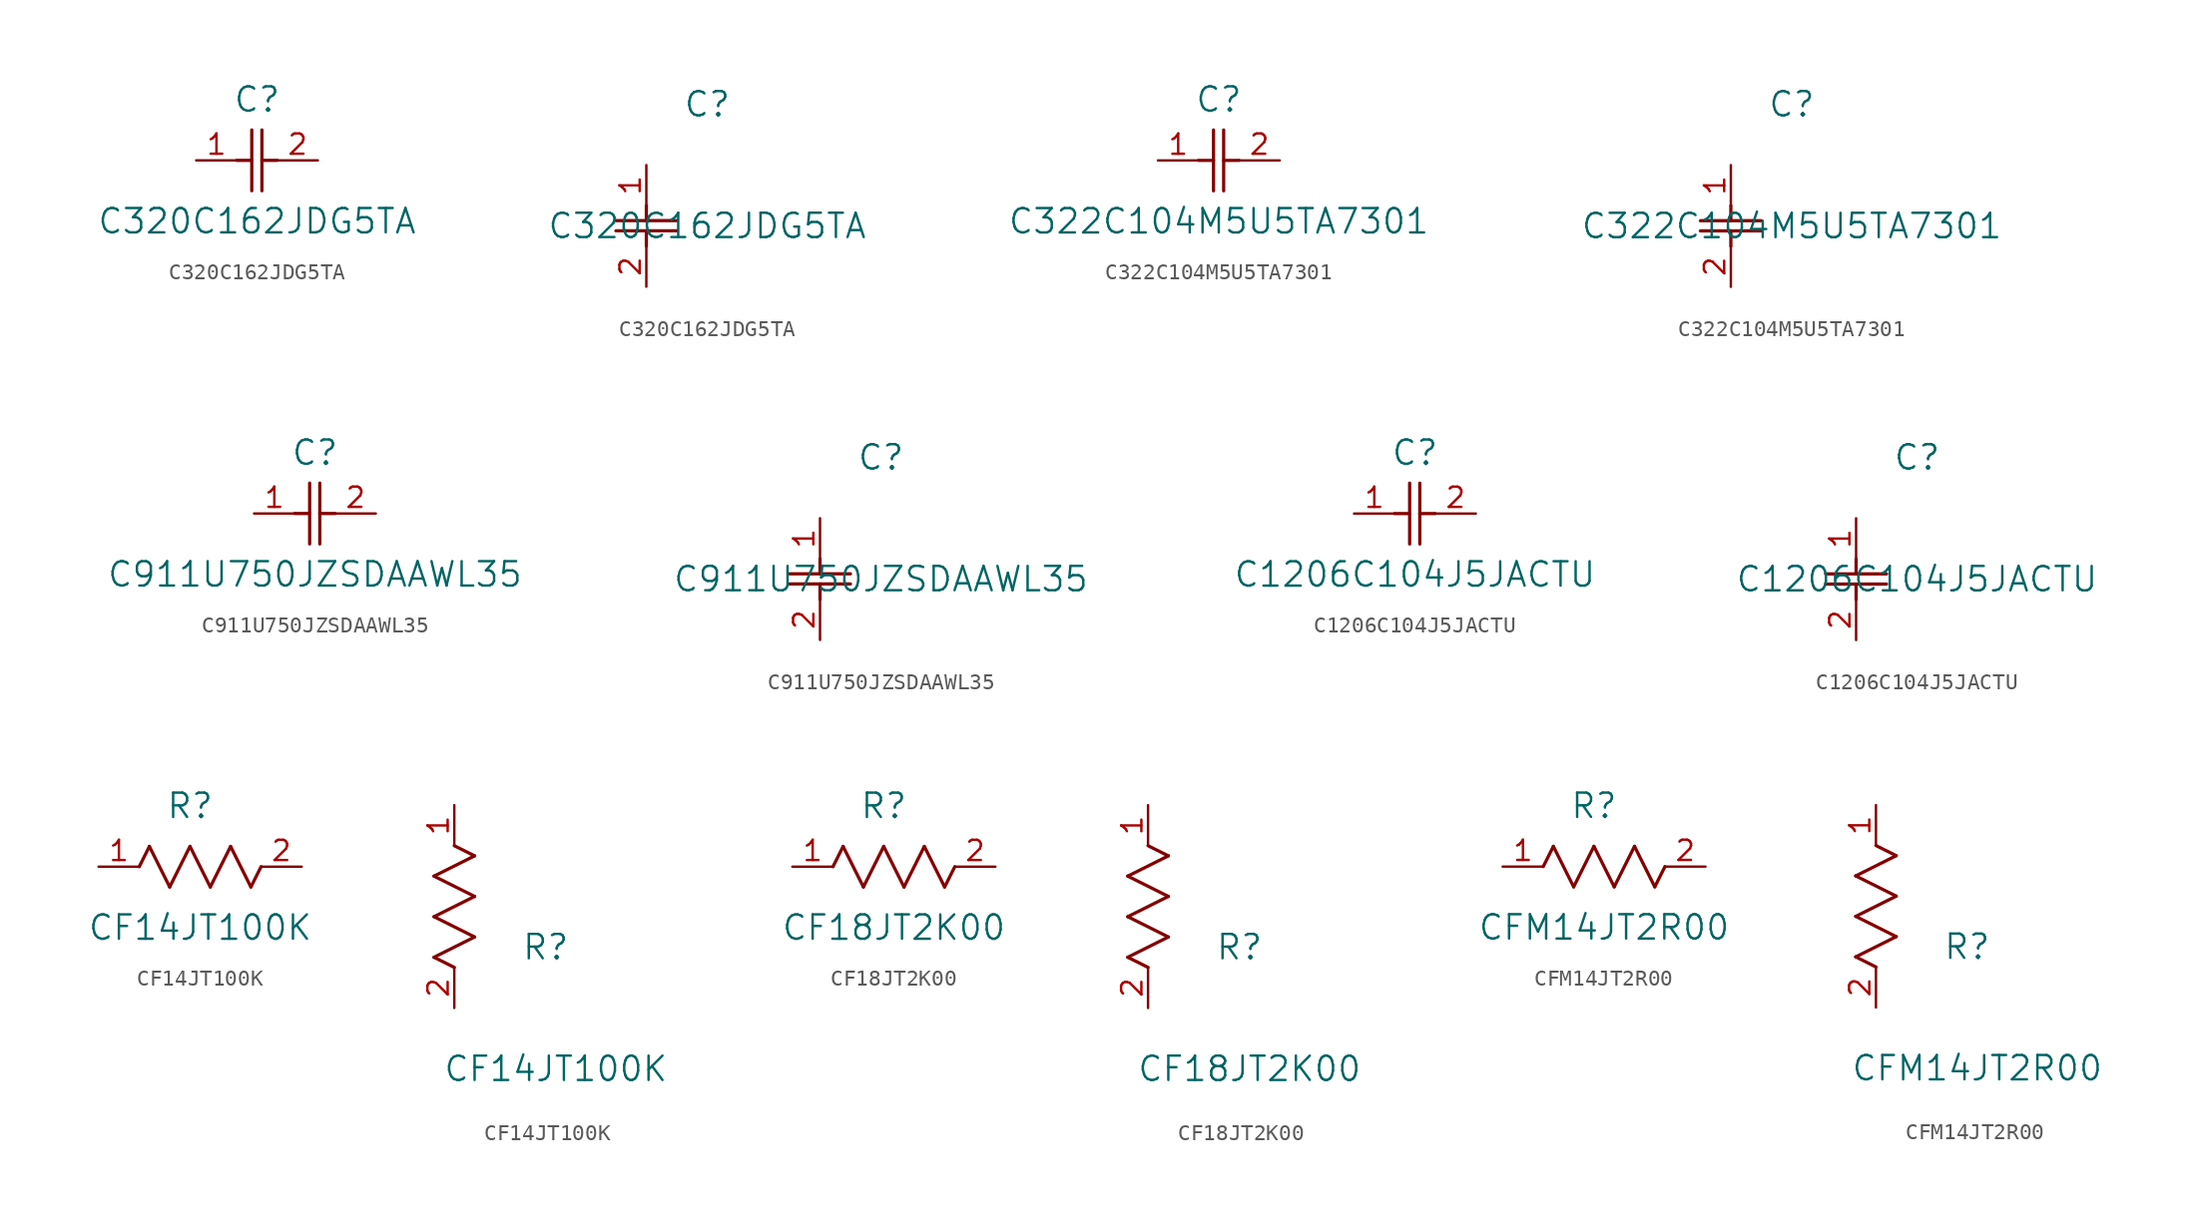
<source format=kicad_sym>
(kicad_symbol_lib
  (version 20211014)
  (generator kicad_symbol_editor)
  (symbol "C320C162JDG5TA"
    (pin_names
      (offset 0.254))
    (property "Reference" "C"
      (at 3.81 3.81 0)
      (effects (font (size 1.524 1.524))))
    (property "Value" "C320C162JDG5TA"
      (at 3.81 -3.81 0)
      (effects (font (size 1.524 1.524))))
    (symbol "C320C162JDG5TA_1_1"
      (polyline (pts (xy 3.48 -1.905) (xy 3.48 1.905)) (stroke (width 0.203) (type default) (color 0 0 0 0)) (fill (type none)))
      (polyline (pts (xy 4.115 -1.905) (xy 4.115 1.905)) (stroke (width 0.203) (type default) (color 0 0 0 0)) (fill (type none)))
      (polyline (pts (xy 4.115 0) (xy 5.08 0)) (stroke (width 0.203) (type default) (color 0 0 0 0)) (fill (type none)))
      (polyline (pts (xy 2.54 0) (xy 3.48 0)) (stroke (width 0.203) (type default) (color 0 0 0 0)) (fill (type none)))
      (pin unspecified line (at 0 0 0) (length 2.54) (name "" (effects (font (size 1.27 1.27)))) (number "1" (effects (font (size 1.27 1.27)))))
      (pin unspecified line (at 7.62 0 180) (length 2.54) (name "" (effects (font (size 1.27 1.27)))) (number "2" (effects (font (size 1.27 1.27))))))
    (symbol "C320C162JDG5TA_1_2"
      (polyline (pts (xy -1.905 -3.48) (xy 1.905 -3.48)) (stroke (width 0.203) (type default) (color 0 0 0 0)) (fill (type none)))
      (polyline (pts (xy -1.905 -4.115) (xy 1.905 -4.115)) (stroke (width 0.203) (type default) (color 0 0 0 0)) (fill (type none)))
      (polyline (pts (xy 0 -4.115) (xy 0 -5.08)) (stroke (width 0.203) (type default) (color 0 0 0 0)) (fill (type none)))
      (polyline (pts (xy 0 -2.54) (xy 0 -3.48)) (stroke (width 0.203) (type default) (color 0 0 0 0)) (fill (type none)))
      (pin unspecified line (at 0 0 270) (length 2.54) (name "" (effects (font (size 1.27 1.27)))) (number "1" (effects (font (size 1.27 1.27)))))
      (pin unspecified line (at 0 -7.62 90) (length 2.54) (name "" (effects (font (size 1.27 1.27)))) (number "2" (effects (font (size 1.27 1.27)))))))
  (symbol "C322C104M5U5TA7301"
    (pin_names
      (offset 0.254))
    (property "Reference" "C"
      (at 3.81 3.81 0)
      (effects (font (size 1.524 1.524))))
    (property "Value" "C322C104M5U5TA7301"
      (at 3.81 -3.81 0)
      (effects (font (size 1.524 1.524))))
    (symbol "C322C104M5U5TA7301_1_1"
      (polyline (pts (xy 3.48 -1.905) (xy 3.48 1.905)) (stroke (width 0.203) (type default) (color 0 0 0 0)) (fill (type none)))
      (polyline (pts (xy 4.115 -1.905) (xy 4.115 1.905)) (stroke (width 0.203) (type default) (color 0 0 0 0)) (fill (type none)))
      (polyline (pts (xy 4.115 0) (xy 5.08 0)) (stroke (width 0.203) (type default) (color 0 0 0 0)) (fill (type none)))
      (polyline (pts (xy 2.54 0) (xy 3.48 0)) (stroke (width 0.203) (type default) (color 0 0 0 0)) (fill (type none)))
      (pin unspecified line (at 0 0 0) (length 2.54) (name "" (effects (font (size 1.27 1.27)))) (number "1" (effects (font (size 1.27 1.27)))))
      (pin unspecified line (at 7.62 0 180) (length 2.54) (name "" (effects (font (size 1.27 1.27)))) (number "2" (effects (font (size 1.27 1.27))))))
    (symbol "C322C104M5U5TA7301_1_2"
      (polyline (pts (xy -1.905 -3.48) (xy 1.905 -3.48)) (stroke (width 0.203) (type default) (color 0 0 0 0)) (fill (type none)))
      (polyline (pts (xy -1.905 -4.115) (xy 1.905 -4.115)) (stroke (width 0.203) (type default) (color 0 0 0 0)) (fill (type none)))
      (polyline (pts (xy 0 -4.115) (xy 0 -5.08)) (stroke (width 0.203) (type default) (color 0 0 0 0)) (fill (type none)))
      (polyline (pts (xy 0 -2.54) (xy 0 -3.48)) (stroke (width 0.203) (type default) (color 0 0 0 0)) (fill (type none)))
      (pin unspecified line (at 0 0 270) (length 2.54) (name "" (effects (font (size 1.27 1.27)))) (number "1" (effects (font (size 1.27 1.27)))))
      (pin unspecified line (at 0 -7.62 90) (length 2.54) (name "" (effects (font (size 1.27 1.27)))) (number "2" (effects (font (size 1.27 1.27)))))))
  (symbol "C911U750JZSDAAWL35"
    (pin_names
      (offset 0.254))
    (property "Reference" "C"
      (at 3.81 3.81 0)
      (effects (font (size 1.524 1.524))))
    (property "Value" "C911U750JZSDAAWL35"
      (at 3.81 -3.81 0)
      (effects (font (size 1.524 1.524))))
    (symbol "C911U750JZSDAAWL35_1_1"
      (polyline (pts (xy 3.48 -1.905) (xy 3.48 1.905)) (stroke (width 0.203) (type default) (color 0 0 0 0)) (fill (type none)))
      (polyline (pts (xy 4.115 -1.905) (xy 4.115 1.905)) (stroke (width 0.203) (type default) (color 0 0 0 0)) (fill (type none)))
      (polyline (pts (xy 4.115 0) (xy 5.08 0)) (stroke (width 0.203) (type default) (color 0 0 0 0)) (fill (type none)))
      (polyline (pts (xy 2.54 0) (xy 3.48 0)) (stroke (width 0.203) (type default) (color 0 0 0 0)) (fill (type none)))
      (pin unspecified line (at 0 0 0) (length 2.54) (name "" (effects (font (size 1.27 1.27)))) (number "1" (effects (font (size 1.27 1.27)))))
      (pin unspecified line (at 7.62 0 180) (length 2.54) (name "" (effects (font (size 1.27 1.27)))) (number "2" (effects (font (size 1.27 1.27))))))
    (symbol "C911U750JZSDAAWL35_1_2"
      (polyline (pts (xy -1.905 -3.48) (xy 1.905 -3.48)) (stroke (width 0.203) (type default) (color 0 0 0 0)) (fill (type none)))
      (polyline (pts (xy -1.905 -4.115) (xy 1.905 -4.115)) (stroke (width 0.203) (type default) (color 0 0 0 0)) (fill (type none)))
      (polyline (pts (xy 0 -4.115) (xy 0 -5.08)) (stroke (width 0.203) (type default) (color 0 0 0 0)) (fill (type none)))
      (polyline (pts (xy 0 -2.54) (xy 0 -3.48)) (stroke (width 0.203) (type default) (color 0 0 0 0)) (fill (type none)))
      (pin unspecified line (at 0 0 270) (length 2.54) (name "" (effects (font (size 1.27 1.27)))) (number "1" (effects (font (size 1.27 1.27)))))
      (pin unspecified line (at 0 -7.62 90) (length 2.54) (name "" (effects (font (size 1.27 1.27)))) (number "2" (effects (font (size 1.27 1.27)))))))
  (symbol "C1206C104J5JACTU"
    (pin_names
      (offset 0.254))
    (property "Reference" "C"
      (at 3.81 3.81 0)
      (effects (font (size 1.524 1.524))))
    (property "Value" "C1206C104J5JACTU"
      (at 3.81 -3.81 0)
      (effects (font (size 1.524 1.524))))
    (symbol "C1206C104J5JACTU_1_1"
      (polyline (pts (xy 3.48 -1.905) (xy 3.48 1.905)) (stroke (width 0.203) (type default) (color 0 0 0 0)) (fill (type none)))
      (polyline (pts (xy 4.115 -1.905) (xy 4.115 1.905)) (stroke (width 0.203) (type default) (color 0 0 0 0)) (fill (type none)))
      (polyline (pts (xy 4.115 0) (xy 5.08 0)) (stroke (width 0.203) (type default) (color 0 0 0 0)) (fill (type none)))
      (polyline (pts (xy 2.54 0) (xy 3.48 0)) (stroke (width 0.203) (type default) (color 0 0 0 0)) (fill (type none)))
      (pin unspecified line (at 0 0 0) (length 2.54) (name "" (effects (font (size 1.27 1.27)))) (number "1" (effects (font (size 1.27 1.27)))))
      (pin unspecified line (at 7.62 0 180) (length 2.54) (name "" (effects (font (size 1.27 1.27)))) (number "2" (effects (font (size 1.27 1.27))))))
    (symbol "C1206C104J5JACTU_1_2"
      (polyline (pts (xy -1.905 -3.48) (xy 1.905 -3.48)) (stroke (width 0.203) (type default) (color 0 0 0 0)) (fill (type none)))
      (polyline (pts (xy -1.905 -4.115) (xy 1.905 -4.115)) (stroke (width 0.203) (type default) (color 0 0 0 0)) (fill (type none)))
      (polyline (pts (xy 0 -4.115) (xy 0 -5.08)) (stroke (width 0.203) (type default) (color 0 0 0 0)) (fill (type none)))
      (polyline (pts (xy 0 -2.54) (xy 0 -3.48)) (stroke (width 0.203) (type default) (color 0 0 0 0)) (fill (type none)))
      (pin unspecified line (at 0 0 270) (length 2.54) (name "" (effects (font (size 1.27 1.27)))) (number "1" (effects (font (size 1.27 1.27)))))
      (pin unspecified line (at 0 -7.62 90) (length 2.54) (name "" (effects (font (size 1.27 1.27)))) (number "2" (effects (font (size 1.27 1.27)))))))
  (symbol "CF14JT100K"
    (pin_names
      (offset 0.254))
    (property "Reference" "R"
      (at 5.715 3.81 0)
      (effects (font (size 1.524 1.524))))
    (property "Value" "CF14JT100K"
      (at 6.35 -3.81 0)
      (effects (font (size 1.524 1.524))))
    (symbol "CF14JT100K_1_1"
      (polyline (pts (xy 3.175 1.27) (xy 4.445 -1.27)) (stroke (width 0.203) (type default) (color 0 0 0 0)) (fill (type none)))
      (polyline (pts (xy 4.445 -1.27) (xy 5.715 1.27)) (stroke (width 0.203) (type default) (color 0 0 0 0)) (fill (type none)))
      (polyline (pts (xy 5.715 1.27) (xy 6.985 -1.27)) (stroke (width 0.203) (type default) (color 0 0 0 0)) (fill (type none)))
      (polyline (pts (xy 6.985 -1.27) (xy 8.255 1.27)) (stroke (width 0.203) (type default) (color 0 0 0 0)) (fill (type none)))
      (polyline (pts (xy 8.255 1.27) (xy 9.525 -1.27)) (stroke (width 0.203) (type default) (color 0 0 0 0)) (fill (type none)))
      (polyline (pts (xy 2.54 0) (xy 3.175 1.27)) (stroke (width 0.203) (type default) (color 0 0 0 0)) (fill (type none)))
      (polyline (pts (xy 9.525 -1.27) (xy 10.16 0)) (stroke (width 0.203) (type default) (color 0 0 0 0)) (fill (type none)))
      (pin unspecified line (at 0 0 0) (length 2.54) (name "" (effects (font (size 1.27 1.27)))) (number "1" (effects (font (size 1.27 1.27)))))
      (pin unspecified line (at 12.7 0 180) (length 2.54) (name "" (effects (font (size 1.27 1.27)))) (number "2" (effects (font (size 1.27 1.27))))))
    (symbol "CF14JT100K_1_2"
      (polyline (pts (xy 0 2.54) (xy -1.27 3.175)) (stroke (width 0.203) (type default) (color 0 0 0 0)) (fill (type none)))
      (polyline (pts (xy -1.27 3.175) (xy 1.27 4.445)) (stroke (width 0.203) (type default) (color 0 0 0 0)) (fill (type none)))
      (polyline (pts (xy 1.27 4.445) (xy -1.27 5.715)) (stroke (width 0.203) (type default) (color 0 0 0 0)) (fill (type none)))
      (polyline (pts (xy -1.27 5.715) (xy 1.27 6.985)) (stroke (width 0.203) (type default) (color 0 0 0 0)) (fill (type none)))
      (polyline (pts (xy -1.27 8.255) (xy 1.27 9.525)) (stroke (width 0.203) (type default) (color 0 0 0 0)) (fill (type none)))
      (polyline (pts (xy 1.27 9.525) (xy 0 10.16)) (stroke (width 0.203) (type default) (color 0 0 0 0)) (fill (type none)))
      (polyline (pts (xy 1.27 6.985) (xy -1.27 8.255)) (stroke (width 0.203) (type default) (color 0 0 0 0)) (fill (type none)))
      (pin unspecified line (at 0 12.7 270) (length 2.54) (name "" (effects (font (size 1.27 1.27)))) (number "1" (effects (font (size 1.27 1.27)))))
      (pin unspecified line (at 0 0 90) (length 2.54) (name "" (effects (font (size 1.27 1.27)))) (number "2" (effects (font (size 1.27 1.27)))))))
  (symbol "CF18JT2K00"
    (pin_names
      (offset 0.254))
    (property "Reference" "R"
      (at 5.715 3.81 0)
      (effects (font (size 1.524 1.524))))
    (property "Value" "CF18JT2K00"
      (at 6.35 -3.81 0)
      (effects (font (size 1.524 1.524))))
    (symbol "CF18JT2K00_1_1"
      (polyline (pts (xy 3.175 1.27) (xy 4.445 -1.27)) (stroke (width 0.203) (type default) (color 0 0 0 0)) (fill (type none)))
      (polyline (pts (xy 4.445 -1.27) (xy 5.715 1.27)) (stroke (width 0.203) (type default) (color 0 0 0 0)) (fill (type none)))
      (polyline (pts (xy 5.715 1.27) (xy 6.985 -1.27)) (stroke (width 0.203) (type default) (color 0 0 0 0)) (fill (type none)))
      (polyline (pts (xy 6.985 -1.27) (xy 8.255 1.27)) (stroke (width 0.203) (type default) (color 0 0 0 0)) (fill (type none)))
      (polyline (pts (xy 8.255 1.27) (xy 9.525 -1.27)) (stroke (width 0.203) (type default) (color 0 0 0 0)) (fill (type none)))
      (polyline (pts (xy 2.54 0) (xy 3.175 1.27)) (stroke (width 0.203) (type default) (color 0 0 0 0)) (fill (type none)))
      (polyline (pts (xy 9.525 -1.27) (xy 10.16 0)) (stroke (width 0.203) (type default) (color 0 0 0 0)) (fill (type none)))
      (pin unspecified line (at 0 0 0) (length 2.54) (name "" (effects (font (size 1.27 1.27)))) (number "1" (effects (font (size 1.27 1.27)))))
      (pin unspecified line (at 12.7 0 180) (length 2.54) (name "" (effects (font (size 1.27 1.27)))) (number "2" (effects (font (size 1.27 1.27))))))
    (symbol "CF18JT2K00_1_2"
      (polyline (pts (xy 0 2.54) (xy -1.27 3.175)) (stroke (width 0.203) (type default) (color 0 0 0 0)) (fill (type none)))
      (polyline (pts (xy -1.27 3.175) (xy 1.27 4.445)) (stroke (width 0.203) (type default) (color 0 0 0 0)) (fill (type none)))
      (polyline (pts (xy 1.27 4.445) (xy -1.27 5.715)) (stroke (width 0.203) (type default) (color 0 0 0 0)) (fill (type none)))
      (polyline (pts (xy -1.27 5.715) (xy 1.27 6.985)) (stroke (width 0.203) (type default) (color 0 0 0 0)) (fill (type none)))
      (polyline (pts (xy -1.27 8.255) (xy 1.27 9.525)) (stroke (width 0.203) (type default) (color 0 0 0 0)) (fill (type none)))
      (polyline (pts (xy 1.27 9.525) (xy 0 10.16)) (stroke (width 0.203) (type default) (color 0 0 0 0)) (fill (type none)))
      (polyline (pts (xy 1.27 6.985) (xy -1.27 8.255)) (stroke (width 0.203) (type default) (color 0 0 0 0)) (fill (type none)))
      (pin unspecified line (at 0 12.7 270) (length 2.54) (name "" (effects (font (size 1.27 1.27)))) (number "1" (effects (font (size 1.27 1.27)))))
      (pin unspecified line (at 0 0 90) (length 2.54) (name "" (effects (font (size 1.27 1.27)))) (number "2" (effects (font (size 1.27 1.27)))))))
  (symbol "CFM14JT2R00"
    (pin_names
      (offset 0.254))
    (property "Reference" "R"
      (at 5.715 3.81 0)
      (effects (font (size 1.524 1.524))))
    (property "Value" "CFM14JT2R00"
      (at 6.35 -3.81 0)
      (effects (font (size 1.524 1.524))))
    (symbol "CFM14JT2R00_1_1"
      (polyline (pts (xy 3.175 1.27) (xy 4.445 -1.27)) (stroke (width 0.203) (type default) (color 0 0 0 0)) (fill (type none)))
      (polyline (pts (xy 4.445 -1.27) (xy 5.715 1.27)) (stroke (width 0.203) (type default) (color 0 0 0 0)) (fill (type none)))
      (polyline (pts (xy 5.715 1.27) (xy 6.985 -1.27)) (stroke (width 0.203) (type default) (color 0 0 0 0)) (fill (type none)))
      (polyline (pts (xy 6.985 -1.27) (xy 8.255 1.27)) (stroke (width 0.203) (type default) (color 0 0 0 0)) (fill (type none)))
      (polyline (pts (xy 8.255 1.27) (xy 9.525 -1.27)) (stroke (width 0.203) (type default) (color 0 0 0 0)) (fill (type none)))
      (polyline (pts (xy 2.54 0) (xy 3.175 1.27)) (stroke (width 0.203) (type default) (color 0 0 0 0)) (fill (type none)))
      (polyline (pts (xy 9.525 -1.27) (xy 10.16 0)) (stroke (width 0.203) (type default) (color 0 0 0 0)) (fill (type none)))
      (pin unspecified line (at 0 0 0) (length 2.54) (name "" (effects (font (size 1.27 1.27)))) (number "1" (effects (font (size 1.27 1.27)))))
      (pin unspecified line (at 12.7 0 180) (length 2.54) (name "" (effects (font (size 1.27 1.27)))) (number "2" (effects (font (size 1.27 1.27))))))
    (symbol "CFM14JT2R00_1_2"
      (polyline (pts (xy 0 2.54) (xy -1.27 3.175)) (stroke (width 0.203) (type default) (color 0 0 0 0)) (fill (type none)))
      (polyline (pts (xy -1.27 3.175) (xy 1.27 4.445)) (stroke (width 0.203) (type default) (color 0 0 0 0)) (fill (type none)))
      (polyline (pts (xy 1.27 4.445) (xy -1.27 5.715)) (stroke (width 0.203) (type default) (color 0 0 0 0)) (fill (type none)))
      (polyline (pts (xy -1.27 5.715) (xy 1.27 6.985)) (stroke (width 0.203) (type default) (color 0 0 0 0)) (fill (type none)))
      (polyline (pts (xy -1.27 8.255) (xy 1.27 9.525)) (stroke (width 0.203) (type default) (color 0 0 0 0)) (fill (type none)))
      (polyline (pts (xy 1.27 9.525) (xy 0 10.16)) (stroke (width 0.203) (type default) (color 0 0 0 0)) (fill (type none)))
      (polyline (pts (xy 1.27 6.985) (xy -1.27 8.255)) (stroke (width 0.203) (type default) (color 0 0 0 0)) (fill (type none)))
      (pin unspecified line (at 0 12.7 270) (length 2.54) (name "" (effects (font (size 1.27 1.27)))) (number "1" (effects (font (size 1.27 1.27)))))
      (pin unspecified line (at 0 0 90) (length 2.54) (name "" (effects (font (size 1.27 1.27)))) (number "2" (effects (font (size 1.27 1.27))))))))
</source>
